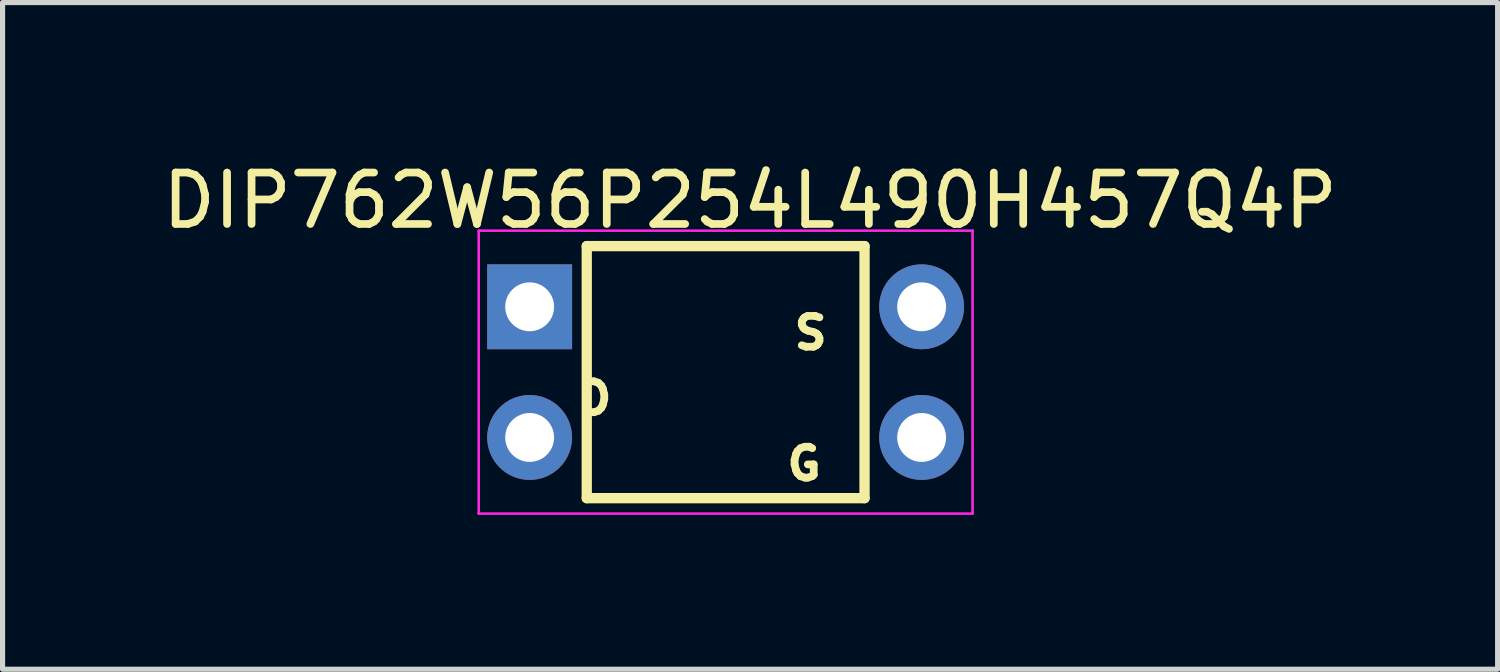
<source format=kicad_pcb>
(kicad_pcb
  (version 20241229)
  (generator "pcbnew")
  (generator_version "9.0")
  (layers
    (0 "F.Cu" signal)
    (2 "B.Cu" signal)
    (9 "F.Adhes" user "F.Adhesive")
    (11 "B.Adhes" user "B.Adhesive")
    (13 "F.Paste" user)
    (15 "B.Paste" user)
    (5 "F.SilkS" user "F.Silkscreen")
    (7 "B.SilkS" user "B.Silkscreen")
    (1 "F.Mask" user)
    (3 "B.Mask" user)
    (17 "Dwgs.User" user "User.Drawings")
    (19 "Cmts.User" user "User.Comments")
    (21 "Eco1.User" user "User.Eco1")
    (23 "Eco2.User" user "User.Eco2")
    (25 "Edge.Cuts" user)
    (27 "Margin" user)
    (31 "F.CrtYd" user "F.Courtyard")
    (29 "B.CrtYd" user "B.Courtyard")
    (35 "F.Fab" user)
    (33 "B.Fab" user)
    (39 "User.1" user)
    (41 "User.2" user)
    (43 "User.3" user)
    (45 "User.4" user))
  (footprint "DIP762W56P254L490H457Q4P"
    (layer "F.Cu")
    (at 11.056 4.184)
    (property "Reference" "DIP762W56P254L490H457Q4P" (at 0.475 -3.335 0) (layer "F.SilkS") (effects (font (size 1 1) (thickness 0.15))))
    (attr through_hole)
    (fp_line (start -2.7 -2.45) (end 2.7 -2.45) (stroke (width 0.2) (type solid)) (layer "F.SilkS"))
    (fp_line (start -2.7 2.45) (end -2.7 -2.45) (stroke (width 0.2) (type solid)) (layer "F.SilkS"))
    (fp_line (start 2.7 -2.45) (end 2.7 2.45) (stroke (width 0.2) (type solid)) (layer "F.SilkS"))
    (fp_line (start 2.7 2.45) (end -2.7 2.45) (stroke (width 0.2) (type solid)) (layer "F.SilkS"))
    (fp_line (start -4.8 -2.75) (end 4.8 -2.75) (stroke (width 0.05) (type solid)) (layer "F.CrtYd"))
    (fp_line (start -4.8 2.75) (end -4.8 -2.75) (stroke (width 0.05) (type solid)) (layer "F.CrtYd"))
    (fp_line (start 4.8 -2.75) (end 4.8 2.75) (stroke (width 0.05) (type solid)) (layer "F.CrtYd"))
    (fp_line (start 4.8 2.75) (end -4.8 2.75) (stroke (width 0.05) (type solid)) (layer "F.CrtYd"))
    (fp_text user "D" (at -2.545 0.509 0) (layer "F.SilkS") (effects (font (size 0.601 0.601) (thickness 0.15))))
    (fp_text user "G" (at 1.526 1.781 0) (layer "F.SilkS") (effects (font (size 0.601 0.601) (thickness 0.15))))
    (fp_text user "S" (at 1.652 -0.763 0) (layer "F.SilkS") (effects (font (size 0.6 0.6) (thickness 0.15))))
    (pad "1" thru_hole rect (at -3.81 -1.27) (size 1.65 1.65) (drill 0.95) (layers "*.Cu" "*.Mask"))
    (pad "2" thru_hole circle (at -3.81 1.27) (size 1.65 1.65) (drill 0.95) (layers "*.Cu" "*.Mask"))
    (pad "3" thru_hole circle (at 3.81 1.27) (size 1.65 1.65) (drill 0.95) (layers "*.Cu" "*.Mask"))
    (pad "4" thru_hole circle (at 3.81 -1.27) (size 1.65 1.65) (drill 0.95) (layers "*.Cu" "*.Mask")))
  (gr_rect
    (start -3 -3)
    (end 26.063 9.959)
    (stroke (width 0.1) (type default))
    (fill no)
    (layer "Edge.Cuts")))
</source>
